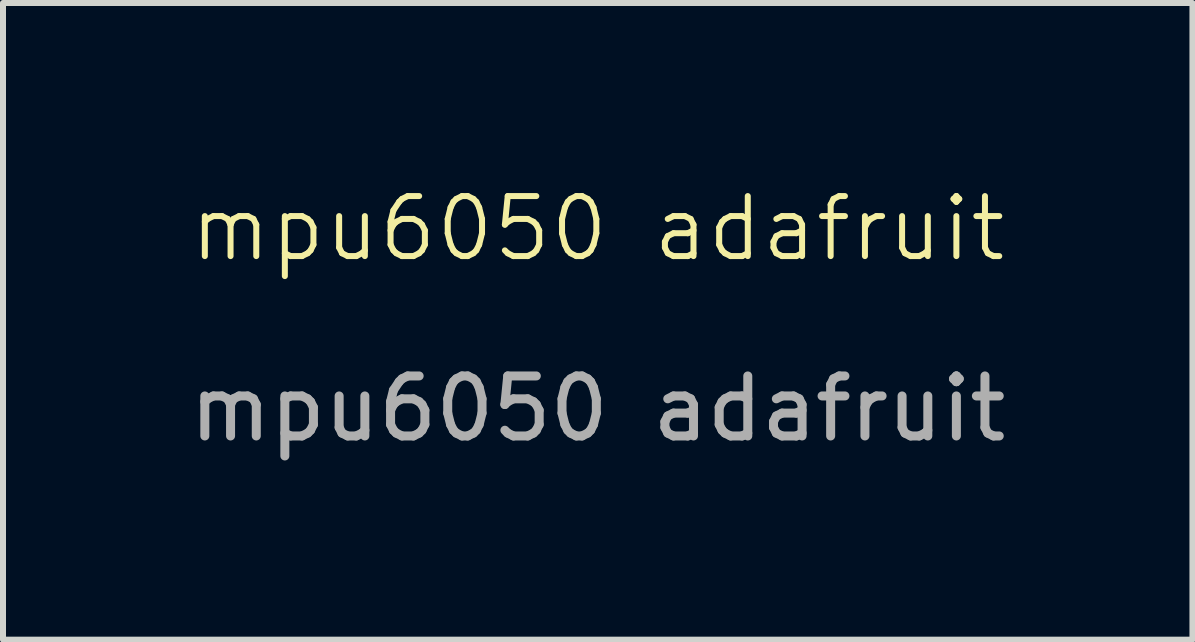
<source format=kicad_pcb>
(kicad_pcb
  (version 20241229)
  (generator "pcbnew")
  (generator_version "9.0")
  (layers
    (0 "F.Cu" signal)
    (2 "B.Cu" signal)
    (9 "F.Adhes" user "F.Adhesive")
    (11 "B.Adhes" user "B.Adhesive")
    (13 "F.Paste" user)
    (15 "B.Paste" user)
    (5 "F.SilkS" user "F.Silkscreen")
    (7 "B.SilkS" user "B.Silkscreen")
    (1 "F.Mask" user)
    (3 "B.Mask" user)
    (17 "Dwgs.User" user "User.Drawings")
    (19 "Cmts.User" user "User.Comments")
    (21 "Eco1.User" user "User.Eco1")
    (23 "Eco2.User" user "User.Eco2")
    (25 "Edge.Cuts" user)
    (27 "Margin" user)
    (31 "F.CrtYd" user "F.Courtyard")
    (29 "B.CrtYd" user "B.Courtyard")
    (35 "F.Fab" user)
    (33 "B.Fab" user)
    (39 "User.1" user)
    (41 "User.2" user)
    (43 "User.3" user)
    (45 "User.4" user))
  (footprint "mpu6050 adafruit"
    (layer "F.Cu")
    (at 6.911 1.26)
    (property "Reference" "mpu6050 adafruit" (at 0 -0.5 0) (unlocked yes) (layer "F.SilkS") (effects (font (size 1 1) (thickness 0.1))))
    (attr through_hole)
    (fp_text user "${REFERENCE}" (at 0 2.5 0) (unlocked yes) (layer "F.Fab") (effects (font (size 1 1) (thickness 0.15)))))
  (gr_rect
    (start -3 -3)
    (end 16.821 7.609)
    (stroke (width 0.1) (type default))
    (fill no)
    (layer "Edge.Cuts")))
</source>
